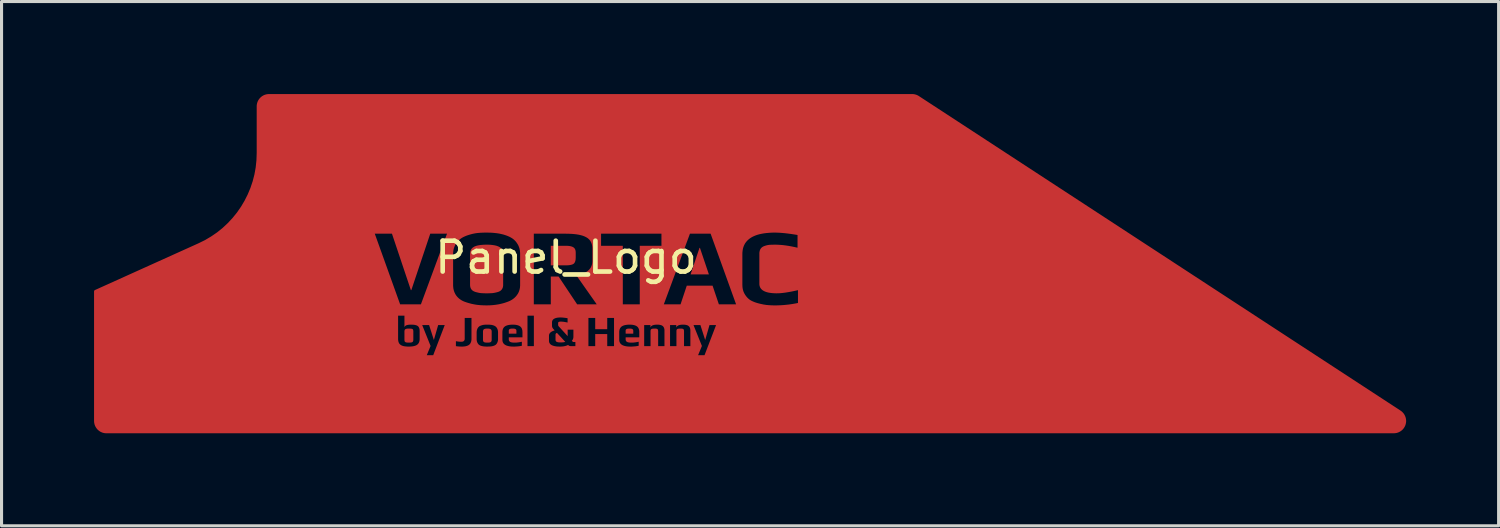
<source format=kicad_pcb>
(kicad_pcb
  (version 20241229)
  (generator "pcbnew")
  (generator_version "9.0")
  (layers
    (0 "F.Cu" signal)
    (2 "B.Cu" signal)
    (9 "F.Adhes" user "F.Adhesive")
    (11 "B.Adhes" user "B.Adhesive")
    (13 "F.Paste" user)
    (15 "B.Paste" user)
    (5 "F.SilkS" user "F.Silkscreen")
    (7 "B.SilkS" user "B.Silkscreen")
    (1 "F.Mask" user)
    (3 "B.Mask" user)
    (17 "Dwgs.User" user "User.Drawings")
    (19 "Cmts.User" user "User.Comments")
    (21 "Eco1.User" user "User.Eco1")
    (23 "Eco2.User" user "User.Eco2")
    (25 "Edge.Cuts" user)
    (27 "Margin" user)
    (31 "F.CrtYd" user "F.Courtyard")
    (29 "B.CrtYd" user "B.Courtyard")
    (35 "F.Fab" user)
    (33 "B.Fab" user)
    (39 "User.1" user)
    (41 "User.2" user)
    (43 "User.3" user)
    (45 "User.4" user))
  (footprint "Panel_Logo"
    (layer "F.Cu")
    (at 15.305 5.8)
    (property "Reference" "Panel_Logo" (at 0 -0.5 0) (unlocked yes) (layer "F.SilkS") (effects (font (size 1 1) (thickness 0.15))))
    (attr smd)
    (fp_poly (pts (xy 4.632 0.047) (xy 4.039 0.047) (xy 4.328 -0.813) (xy 4.342 -0.813)) (stroke (width 0) (type solid)) (fill yes) (layers "F.Cu" "F.Mask"))
    (fp_poly (pts (xy -0.026 2.235) (xy -0.031 2.237) (xy -0.037 2.239) (xy -0.044 2.241) (xy -0.051 2.243) (xy -0.067 2.246) (xy -0.085 2.249) (xy -0.105 2.251) (xy -0.128 2.252) (xy -0.153 2.253) (xy -0.18 2.253) (xy -0.18 2.254) (xy -0.191 2.254) (xy -0.202 2.253) (xy -0.213 2.253) (xy -0.223 2.252) (xy -0.232 2.252) (xy -0.242 2.251) (xy -0.25 2.25) (xy -0.258 2.248) (xy -0.266 2.247) (xy -0.273 2.245) (xy -0.28 2.244) (xy -0.286 2.242) (xy -0.292 2.24) (xy -0.298 2.238) (xy -0.303 2.235) (xy -0.307 2.233) (xy -0.311 2.23) (xy -0.315 2.227) (xy -0.319 2.224) (xy -0.322 2.221) (xy -0.325 2.217) (xy -0.328 2.214) (xy -0.33 2.21) (xy -0.332 2.207) (xy -0.334 2.203) (xy -0.336 2.198) (xy -0.337 2.194) (xy -0.339 2.19) (xy -0.34 2.185) (xy -0.34 2.18) (xy -0.341 2.176) (xy -0.341 2.171) (xy -0.341 1.998) (xy -0.341 1.993) (xy -0.34 1.991) (xy -0.34 1.989) (xy -0.34 1.987) (xy -0.339 1.985) (xy -0.338 1.983) (xy -0.338 1.981) (xy -0.337 1.979) (xy -0.336 1.977) (xy -0.335 1.975) (xy -0.334 1.973) (xy -0.333 1.972) (xy -0.332 1.97) (xy -0.33 1.968) (xy -0.329 1.966) (xy -0.326 1.963) (xy -0.323 1.96) (xy -0.319 1.957) (xy -0.315 1.954) (xy -0.31 1.952) (xy -0.305 1.949) (xy -0.3 1.947) (xy -0.294 1.945)) (stroke (width 0) (type solid)) (fill yes) (layers "F.Cu" "F.Mask"))
    (fp_poly (pts (xy 0.001 -0.88) (xy 0.023 -0.88) (xy 0.044 -0.879) (xy 0.064 -0.877) (xy 0.083 -0.876) (xy 0.101 -0.874) (xy 0.118 -0.871) (xy 0.135 -0.868) (xy 0.15 -0.865) (xy 0.165 -0.861) (xy 0.179 -0.857) (xy 0.192 -0.853) (xy 0.204 -0.848) (xy 0.216 -0.843) (xy 0.226 -0.837) (xy 0.236 -0.831) (xy 0.245 -0.825) (xy 0.254 -0.819) (xy 0.262 -0.811) (xy 0.27 -0.803) (xy 0.277 -0.795) (xy 0.283 -0.785) (xy 0.289 -0.776) (xy 0.294 -0.765) (xy 0.299 -0.754) (xy 0.303 -0.742) (xy 0.306 -0.73) (xy 0.309 -0.717) (xy 0.311 -0.703) (xy 0.312 -0.689) (xy 0.313 -0.674) (xy 0.314 -0.658) (xy 0.314 -0.496) (xy 0.313 -0.478) (xy 0.312 -0.46) (xy 0.311 -0.444) (xy 0.309 -0.428) (xy 0.307 -0.413) (xy 0.304 -0.398) (xy 0.3 -0.385) (xy 0.296 -0.372) (xy 0.291 -0.359) (xy 0.286 -0.348) (xy 0.283 -0.343) (xy 0.28 -0.337) (xy 0.277 -0.332) (xy 0.274 -0.327) (xy 0.271 -0.323) (xy 0.267 -0.318) (xy 0.264 -0.314) (xy 0.26 -0.31) (xy 0.256 -0.306) (xy 0.252 -0.302) (xy 0.248 -0.298) (xy 0.243 -0.295) (xy 0.234 -0.289) (xy 0.224 -0.283) (xy 0.212 -0.278) (xy 0.2 -0.273) (xy 0.187 -0.269) (xy 0.173 -0.265) (xy 0.158 -0.261) (xy 0.142 -0.258) (xy 0.125 -0.255) (xy 0.107 -0.252) (xy 0.088 -0.25) (xy 0.068 -0.248) (xy 0.047 -0.247) (xy 0.025 -0.246) (xy -0.021 -0.245) (xy -0.494 -0.245) (xy -0.494 -0.88) (xy -0.021 -0.88)) (stroke (width 0) (type solid)) (fill yes) (layers "F.Cu" "F.Mask"))
    (fp_poly (pts (xy -1.738 1.805) (xy -1.729 1.805) (xy -1.721 1.805) (xy -1.714 1.805) (xy -1.706 1.805) (xy -1.699 1.806) (xy -1.692 1.806) (xy -1.686 1.807) (xy -1.68 1.808) (xy -1.674 1.809) (xy -1.668 1.81) (xy -1.663 1.811) (xy -1.658 1.813) (xy -1.654 1.814) (xy -1.649 1.816) (xy -1.645 1.818) (xy -1.641 1.82) (xy -1.638 1.822) (xy -1.634 1.824) (xy -1.631 1.826) (xy -1.628 1.829) (xy -1.625 1.831) (xy -1.623 1.834) (xy -1.621 1.837) (xy -1.618 1.84) (xy -1.617 1.843) (xy -1.615 1.846) (xy -1.613 1.849) (xy -1.612 1.853) (xy -1.611 1.857) (xy -1.61 1.86) (xy -1.61 1.864) (xy -1.609 1.868) (xy -1.609 1.872) (xy -1.609 1.971) (xy -1.856 1.971) (xy -1.856 1.872) (xy -1.856 1.868) (xy -1.856 1.864) (xy -1.855 1.861) (xy -1.855 1.857) (xy -1.854 1.855) (xy -1.854 1.853) (xy -1.853 1.852) (xy -1.853 1.85) (xy -1.852 1.848) (xy -1.851 1.847) (xy -1.85 1.845) (xy -1.85 1.843) (xy -1.849 1.842) (xy -1.848 1.84) (xy -1.847 1.839) (xy -1.846 1.837) (xy -1.845 1.836) (xy -1.844 1.834) (xy -1.841 1.832) (xy -1.839 1.829) (xy -1.836 1.827) (xy -1.833 1.824) (xy -1.829 1.822) (xy -1.827 1.82) (xy -1.823 1.818) (xy -1.82 1.817) (xy -1.816 1.815) (xy -1.812 1.814) (xy -1.808 1.812) (xy -1.803 1.811) (xy -1.798 1.81) (xy -1.793 1.809) (xy -1.787 1.808) (xy -1.781 1.807) (xy -1.775 1.807) (xy -1.762 1.805) (xy -1.747 1.805) (xy -1.747 1.805) (xy -1.745 1.805) (xy -1.743 1.805)) (stroke (width 0) (type solid)) (fill yes) (layers "F.Cu" "F.Mask"))
    (fp_poly (pts (xy 2.05 1.805) (xy 2.06 1.805) (xy 2.068 1.805) (xy 2.075 1.805) (xy 2.083 1.805) (xy 2.09 1.806) (xy 2.096 1.806) (xy 2.103 1.807) (xy 2.109 1.808) (xy 2.115 1.809) (xy 2.121 1.81) (xy 2.126 1.811) (xy 2.131 1.813) (xy 2.135 1.814) (xy 2.14 1.816) (xy 2.144 1.818) (xy 2.148 1.82) (xy 2.151 1.822) (xy 2.155 1.824) (xy 2.158 1.826) (xy 2.161 1.829) (xy 2.164 1.831) (xy 2.166 1.834) (xy 2.168 1.837) (xy 2.171 1.84) (xy 2.172 1.843) (xy 2.174 1.846) (xy 2.176 1.849) (xy 2.177 1.853) (xy 2.178 1.857) (xy 2.179 1.86) (xy 2.179 1.864) (xy 2.179 1.868) (xy 2.18 1.872) (xy 2.18 1.971) (xy 1.933 1.971) (xy 1.933 1.872) (xy 1.933 1.868) (xy 1.933 1.864) (xy 1.934 1.861) (xy 1.934 1.857) (xy 1.935 1.855) (xy 1.935 1.853) (xy 1.936 1.852) (xy 1.936 1.85) (xy 1.937 1.848) (xy 1.938 1.847) (xy 1.938 1.845) (xy 1.939 1.843) (xy 1.94 1.842) (xy 1.941 1.84) (xy 1.942 1.839) (xy 1.943 1.837) (xy 1.944 1.836) (xy 1.945 1.834) (xy 1.948 1.832) (xy 1.95 1.829) (xy 1.953 1.827) (xy 1.956 1.824) (xy 1.959 1.822) (xy 1.962 1.82) (xy 1.966 1.818) (xy 1.969 1.817) (xy 1.973 1.815) (xy 1.977 1.814) (xy 1.981 1.812) (xy 1.986 1.811) (xy 1.991 1.81) (xy 1.996 1.809) (xy 2.002 1.808) (xy 2.008 1.807) (xy 2.014 1.807) (xy 2.027 1.805) (xy 2.042 1.805) (xy 2.042 1.805) (xy 2.044 1.805) (xy 2.046 1.805)) (stroke (width 0) (type solid)) (fill yes) (layers "F.Cu" "F.Mask"))
    (fp_poly (pts (xy -2.542 1.805) (xy -2.532 1.805) (xy -2.523 1.806) (xy -2.514 1.806) (xy -2.506 1.807) (xy -2.498 1.808) (xy -2.49 1.809) (xy -2.483 1.81) (xy -2.477 1.812) (xy -2.47 1.814) (xy -2.464 1.816) (xy -2.459 1.818) (xy -2.454 1.82) (xy -2.449 1.822) (xy -2.445 1.825) (xy -2.441 1.827) (xy -2.437 1.83) (xy -2.434 1.834) (xy -2.431 1.837) (xy -2.428 1.841) (xy -2.425 1.845) (xy -2.423 1.849) (xy -2.42 1.854) (xy -2.418 1.858) (xy -2.417 1.864) (xy -2.415 1.869) (xy -2.414 1.875) (xy -2.413 1.88) (xy -2.412 1.887) (xy -2.411 1.893) (xy -2.411 1.9) (xy -2.411 1.906) (xy -2.411 2.164) (xy -2.411 2.169) (xy -2.411 2.174) (xy -2.411 2.178) (xy -2.412 2.182) (xy -2.412 2.186) (xy -2.413 2.19) (xy -2.413 2.194) (xy -2.414 2.198) (xy -2.415 2.201) (xy -2.416 2.205) (xy -2.417 2.208) (xy -2.418 2.211) (xy -2.419 2.214) (xy -2.421 2.217) (xy -2.422 2.22) (xy -2.424 2.222) (xy -2.425 2.225) (xy -2.427 2.227) (xy -2.429 2.229) (xy -2.431 2.232) (xy -2.433 2.234) (xy -2.435 2.236) (xy -2.437 2.238) (xy -2.44 2.24) (xy -2.442 2.242) (xy -2.445 2.243) (xy -2.448 2.245) (xy -2.451 2.247) (xy -2.454 2.248) (xy -2.457 2.25) (xy -2.461 2.251) (xy -2.465 2.252) (xy -2.472 2.254) (xy -2.481 2.256) (xy -2.491 2.257) (xy -2.501 2.258) (xy -2.513 2.259) (xy -2.525 2.26) (xy -2.538 2.26) (xy -2.552 2.26) (xy -2.566 2.26) (xy -2.579 2.26) (xy -2.591 2.259) (xy -2.603 2.258) (xy -2.613 2.257) (xy -2.618 2.257) (xy -2.623 2.256) (xy -2.627 2.255) (xy -2.631 2.254) (xy -2.635 2.253) (xy -2.639 2.252) (xy -2.643 2.251) (xy -2.646 2.25) (xy -2.65 2.248) (xy -2.653 2.247) (xy -2.656 2.245) (xy -2.659 2.243) (xy -2.662 2.242) (xy -2.665 2.24) (xy -2.667 2.238) (xy -2.67 2.236) (xy -2.672 2.234) (xy -2.674 2.232) (xy -2.676 2.229) (xy -2.678 2.227) (xy -2.68 2.225) (xy -2.682 2.222) (xy -2.683 2.22) (xy -2.684 2.217) (xy -2.685 2.214) (xy -2.687 2.211) (xy -2.688 2.208) (xy -2.689 2.205) (xy -2.689 2.201) (xy -2.69 2.198) (xy -2.691 2.194) (xy -2.691 2.19) (xy -2.692 2.186) (xy -2.692 2.182) (xy -2.693 2.178) (xy -2.693 2.174) (xy -2.693 2.169) (xy -2.693 2.164) (xy -2.693 1.906) (xy -2.693 1.9) (xy -2.693 1.893) (xy -2.692 1.886) (xy -2.691 1.88) (xy -2.69 1.874) (xy -2.689 1.869) (xy -2.687 1.864) (xy -2.686 1.858) (xy -2.684 1.854) (xy -2.682 1.849) (xy -2.68 1.847) (xy -2.679 1.845) (xy -2.678 1.843) (xy -2.676 1.841) (xy -2.675 1.839) (xy -2.674 1.837) (xy -2.672 1.835) (xy -2.67 1.834) (xy -2.669 1.832) (xy -2.667 1.83) (xy -2.665 1.829) (xy -2.664 1.827) (xy -2.66 1.825) (xy -2.655 1.822) (xy -2.651 1.82) (xy -2.645 1.818) (xy -2.64 1.816) (xy -2.634 1.814) (xy -2.628 1.812) (xy -2.621 1.81) (xy -2.614 1.809) (xy -2.606 1.808) (xy -2.598 1.807) (xy -2.59 1.806) (xy -2.581 1.806) (xy -2.572 1.805) (xy -2.562 1.805) (xy -2.552 1.805)) (stroke (width 0) (type solid)) (fill yes) (layers "F.Cu" "F.Mask"))
    (fp_poly (pts (xy -5.099 1.805) (xy -5.083 1.805) (xy -5.068 1.805) (xy -5.054 1.806) (xy -5.041 1.807) (xy -5.029 1.808) (xy -5.019 1.809) (xy -5.009 1.81) (xy -5.005 1.811) (xy -5.001 1.812) (xy -4.998 1.813) (xy -4.994 1.814) (xy -4.991 1.815) (xy -4.988 1.816) (xy -4.985 1.818) (xy -4.982 1.819) (xy -4.979 1.821) (xy -4.977 1.822) (xy -4.974 1.824) (xy -4.972 1.826) (xy -4.971 1.827) (xy -4.97 1.828) (xy -4.969 1.829) (xy -4.968 1.83) (xy -4.967 1.831) (xy -4.966 1.832) (xy -4.966 1.834) (xy -4.965 1.835) (xy -4.964 1.836) (xy -4.963 1.837) (xy -4.963 1.839) (xy -4.962 1.84) (xy -4.961 1.842) (xy -4.96 1.845) (xy -4.959 1.848) (xy -4.958 1.851) (xy -4.957 1.855) (xy -4.956 1.859) (xy -4.955 1.862) (xy -4.955 1.866) (xy -4.954 1.875) (xy -4.953 1.885) (xy -4.952 1.895) (xy -4.952 1.907) (xy -4.952 2.159) (xy -4.952 2.164) (xy -4.952 2.169) (xy -4.953 2.174) (xy -4.953 2.179) (xy -4.953 2.183) (xy -4.954 2.187) (xy -4.954 2.192) (xy -4.955 2.196) (xy -4.956 2.2) (xy -4.957 2.203) (xy -4.958 2.207) (xy -4.959 2.21) (xy -4.96 2.214) (xy -4.961 2.217) (xy -4.962 2.22) (xy -4.964 2.222) (xy -4.965 2.225) (xy -4.967 2.227) (xy -4.969 2.23) (xy -4.971 2.232) (xy -4.973 2.234) (xy -4.975 2.236) (xy -4.977 2.238) (xy -4.98 2.24) (xy -4.983 2.242) (xy -4.986 2.244) (xy -4.989 2.246) (xy -4.992 2.247) (xy -4.995 2.249) (xy -4.999 2.25) (xy -5.002 2.251) (xy -5.006 2.252) (xy -5.014 2.254) (xy -5.023 2.256) (xy -5.033 2.257) (xy -5.044 2.258) (xy -5.056 2.259) (xy -5.069 2.26) (xy -5.083 2.26) (xy -5.098 2.26) (xy -5.112 2.26) (xy -5.126 2.26) (xy -5.139 2.259) (xy -5.151 2.258) (xy -5.162 2.257) (xy -5.172 2.255) (xy -5.177 2.255) (xy -5.181 2.254) (xy -5.185 2.253) (xy -5.189 2.252) (xy -5.193 2.251) (xy -5.197 2.249) (xy -5.2 2.248) (xy -5.203 2.247) (xy -5.206 2.245) (xy -5.209 2.244) (xy -5.212 2.242) (xy -5.214 2.24) (xy -5.217 2.238) (xy -5.219 2.236) (xy -5.221 2.234) (xy -5.224 2.232) (xy -5.225 2.23) (xy -5.227 2.227) (xy -5.229 2.225) (xy -5.23 2.222) (xy -5.232 2.22) (xy -5.233 2.217) (xy -5.234 2.214) (xy -5.235 2.21) (xy -5.235 2.207) (xy -5.236 2.203) (xy -5.237 2.2) (xy -5.238 2.196) (xy -5.239 2.187) (xy -5.24 2.179) (xy -5.24 2.169) (xy -5.24 2.159) (xy -5.24 1.906) (xy -5.24 1.901) (xy -5.24 1.896) (xy -5.24 1.892) (xy -5.239 1.887) (xy -5.239 1.883) (xy -5.239 1.879) (xy -5.238 1.875) (xy -5.237 1.871) (xy -5.237 1.867) (xy -5.236 1.864) (xy -5.235 1.86) (xy -5.234 1.857) (xy -5.233 1.854) (xy -5.231 1.851) (xy -5.23 1.848) (xy -5.229 1.846) (xy -5.227 1.843) (xy -5.226 1.84) (xy -5.224 1.838) (xy -5.222 1.836) (xy -5.22 1.833) (xy -5.218 1.831) (xy -5.215 1.829) (xy -5.213 1.827) (xy -5.21 1.825) (xy -5.208 1.823) (xy -5.205 1.822) (xy -5.202 1.82) (xy -5.198 1.819) (xy -5.195 1.817) (xy -5.192 1.816) (xy -5.188 1.815) (xy -5.18 1.812) (xy -5.171 1.81) (xy -5.161 1.809) (xy -5.15 1.807) (xy -5.139 1.806) (xy -5.126 1.805) (xy -5.113 1.805) (xy -5.099 1.805)) (stroke (width 0) (type solid)) (fill yes) (layers "F.Cu" "F.Mask"))
    (fp_poly (pts (xy -2.593 -0.916) (xy -2.576 -0.916) (xy -2.542 -0.916) (xy -2.509 -0.915) (xy -2.478 -0.914) (xy -2.447 -0.912) (xy -2.418 -0.909) (xy -2.39 -0.906) (xy -2.362 -0.902) (xy -2.336 -0.898) (xy -2.312 -0.894) (xy -2.288 -0.888) (xy -2.265 -0.883) (xy -2.244 -0.876) (xy -2.224 -0.869) (xy -2.204 -0.862) (xy -2.186 -0.854) (xy -2.17 -0.845) (xy -2.154 -0.837) (xy -2.139 -0.827) (xy -2.125 -0.817) (xy -2.112 -0.806) (xy -2.101 -0.794) (xy -2.09 -0.782) (xy -2.08 -0.768) (xy -2.072 -0.754) (xy -2.064 -0.74) (xy -2.058 -0.724) (xy -2.052 -0.708) (xy -2.047 -0.691) (xy -2.044 -0.673) (xy -2.041 -0.655) (xy -2.04 -0.636) (xy -2.039 -0.616) (xy -2.039 0.389) (xy -2.039 0.4) (xy -2.04 0.411) (xy -2.041 0.421) (xy -2.042 0.432) (xy -2.044 0.442) (xy -2.046 0.452) (xy -2.048 0.461) (xy -2.051 0.471) (xy -2.054 0.48) (xy -2.057 0.489) (xy -2.061 0.497) (xy -2.065 0.506) (xy -2.07 0.514) (xy -2.075 0.522) (xy -2.08 0.53) (xy -2.085 0.538) (xy -2.091 0.545) (xy -2.097 0.551) (xy -2.103 0.558) (xy -2.109 0.564) (xy -2.116 0.57) (xy -2.123 0.576) (xy -2.13 0.581) (xy -2.138 0.586) (xy -2.146 0.591) (xy -2.154 0.596) (xy -2.163 0.6) (xy -2.172 0.604) (xy -2.182 0.608) (xy -2.191 0.612) (xy -2.201 0.616) (xy -2.212 0.619) (xy -2.233 0.625) (xy -2.254 0.63) (xy -2.275 0.635) (xy -2.296 0.64) (xy -2.316 0.644) (xy -2.337 0.648) (xy -2.357 0.651) (xy -2.378 0.654) (xy -2.398 0.656) (xy -2.419 0.657) (xy -2.442 0.658) (xy -2.465 0.659) (xy -2.516 0.661) (xy -2.572 0.661) (xy -2.601 0.661) (xy -2.628 0.661) (xy -2.654 0.66) (xy -2.68 0.659) (xy -2.704 0.658) (xy -2.727 0.657) (xy -2.749 0.656) (xy -2.769 0.654) (xy -2.789 0.651) (xy -2.809 0.648) (xy -2.829 0.644) (xy -2.849 0.64) (xy -2.869 0.635) (xy -2.89 0.63) (xy -2.911 0.625) (xy -2.932 0.619) (xy -2.943 0.616) (xy -2.953 0.612) (xy -2.963 0.608) (xy -2.973 0.604) (xy -2.983 0.6) (xy -2.992 0.596) (xy -3.001 0.591) (xy -3.009 0.586) (xy -3.017 0.581) (xy -3.025 0.575) (xy -3.033 0.57) (xy -3.04 0.564) (xy -3.047 0.558) (xy -3.053 0.551) (xy -3.06 0.545) (xy -3.066 0.538) (xy -3.071 0.53) (xy -3.076 0.522) (xy -3.081 0.514) (xy -3.086 0.506) (xy -3.09 0.497) (xy -3.094 0.489) (xy -3.097 0.48) (xy -3.1 0.471) (xy -3.103 0.461) (xy -3.105 0.452) (xy -3.107 0.442) (xy -3.109 0.432) (xy -3.11 0.421) (xy -3.111 0.411) (xy -3.111 0.4) (xy -3.112 0.389) (xy -3.112 -0.616) (xy -3.111 -0.636) (xy -3.11 -0.646) (xy -3.11 -0.656) (xy -3.108 -0.665) (xy -3.107 -0.675) (xy -3.105 -0.684) (xy -3.103 -0.693) (xy -3.101 -0.701) (xy -3.099 -0.71) (xy -3.096 -0.718) (xy -3.093 -0.726) (xy -3.09 -0.734) (xy -3.087 -0.742) (xy -3.083 -0.75) (xy -3.079 -0.757) (xy -3.075 -0.764) (xy -3.07 -0.771) (xy -3.066 -0.778) (xy -3.061 -0.785) (xy -3.056 -0.791) (xy -3.05 -0.797) (xy -3.044 -0.803) (xy -3.038 -0.809) (xy -3.032 -0.815) (xy -3.026 -0.82) (xy -3.019 -0.826) (xy -3.012 -0.831) (xy -3.005 -0.835) (xy -2.997 -0.84) (xy -2.989 -0.845) (xy -2.981 -0.849) (xy -2.966 -0.857) (xy -2.949 -0.864) (xy -2.931 -0.87) (xy -2.912 -0.877) (xy -2.892 -0.882) (xy -2.872 -0.888) (xy -2.85 -0.893) (xy -2.827 -0.897) (xy -2.803 -0.901) (xy -2.779 -0.905) (xy -2.726 -0.91) (xy -2.67 -0.914) (xy -2.609 -0.916) (xy -2.601 -0.916)) (stroke (width 0) (type solid)) (fill yes) (layers "F.Cu" "F.Mask"))
    (fp_poly (pts (xy 11.238 -5.8) (xy 11.252 -5.799) (xy 11.267 -5.798) (xy 11.281 -5.796) (xy 11.295 -5.793) (xy 11.31 -5.791) (xy 11.324 -5.787) (xy 11.338 -5.783) (xy 11.351 -5.779) (xy 11.365 -5.774) (xy 11.378 -5.769) (xy 11.391 -5.763) (xy 11.404 -5.757) (xy 11.417 -5.75) (xy 11.43 -5.743) (xy 11.442 -5.735) (xy 27.061 4.465) (xy 27.088 4.484) (xy 27.112 4.505) (xy 27.135 4.528) (xy 27.156 4.552) (xy 27.175 4.578) (xy 27.191 4.605) (xy 27.205 4.633) (xy 27.217 4.662) (xy 27.227 4.692) (xy 27.234 4.723) (xy 27.239 4.754) (xy 27.242 4.786) (xy 27.242 4.818) (xy 27.239 4.85) (xy 27.233 4.882) (xy 27.225 4.914) (xy 27.22 4.93) (xy 27.215 4.945) (xy 27.202 4.975) (xy 27.186 5.003) (xy 27.169 5.03) (xy 27.15 5.055) (xy 27.129 5.079) (xy 27.106 5.101) (xy 27.081 5.12) (xy 27.055 5.138) (xy 27.028 5.154) (xy 26.999 5.168) (xy 26.97 5.179) (xy 26.939 5.188) (xy 26.907 5.194) (xy 26.875 5.198) (xy 26.859 5.199) (xy 26.842 5.2) (xy -14.905 5.2) (xy -14.925 5.199) (xy -14.946 5.198) (xy -14.966 5.195) (xy -14.985 5.192) (xy -15.005 5.187) (xy -15.024 5.182) (xy -15.042 5.176) (xy -15.06 5.168) (xy -15.078 5.16) (xy -15.095 5.152) (xy -15.112 5.142) (xy -15.128 5.132) (xy -15.144 5.12) (xy -15.159 5.108) (xy -15.174 5.096) (xy -15.187 5.083) (xy -15.201 5.069) (xy -15.213 5.054) (xy -15.225 5.039) (xy -15.236 5.023) (xy -15.247 5.007) (xy -15.256 4.99) (xy -15.265 4.973) (xy -15.273 4.956) (xy -15.28 4.937) (xy -15.287 4.919) (xy -15.292 4.9) (xy -15.296 4.88) (xy -15.3 4.861) (xy -15.303 4.841) (xy -15.304 4.82) (xy -15.305 4.8) (xy -15.305 2.132) (xy -5.446 2.132) (xy -5.446 2.144) (xy -5.446 2.155) (xy -5.445 2.165) (xy -5.444 2.176) (xy -5.443 2.186) (xy -5.442 2.196) (xy -5.44 2.206) (xy -5.438 2.215) (xy -5.436 2.224) (xy -5.434 2.233) (xy -5.431 2.241) (xy -5.428 2.25) (xy -5.425 2.258) (xy -5.421 2.265) (xy -5.418 2.273) (xy -5.414 2.28) (xy -5.41 2.287) (xy -5.405 2.293) (xy -5.4 2.3) (xy -5.395 2.306) (xy -5.389 2.312) (xy -5.383 2.318) (xy -5.377 2.323) (xy -5.371 2.328) (xy -5.364 2.333) (xy -5.356 2.338) (xy -5.349 2.343) (xy -5.341 2.347) (xy -5.333 2.351) (xy -5.324 2.355) (xy -5.315 2.359) (xy -5.306 2.362) (xy -5.297 2.366) (xy -5.286 2.369) (xy -5.265 2.374) (xy -5.242 2.379) (xy -5.217 2.382) (xy -5.19 2.385) (xy -5.162 2.387) (xy -5.132 2.389) (xy -5.101 2.389) (xy -5.078 2.389) (xy -5.055 2.388) (xy -5.034 2.387) (xy -5.013 2.385) (xy -4.994 2.383) (xy -4.975 2.381) (xy -4.956 2.378) (xy -4.939 2.374) (xy -4.923 2.37) (xy -4.907 2.366) (xy -4.892 2.361) (xy -4.878 2.356) (xy -4.865 2.35) (xy -4.852 2.344) (xy -4.841 2.337) (xy -4.83 2.33) (xy -4.82 2.322) (xy -4.81 2.314) (xy -4.802 2.305) (xy -4.793 2.295) (xy -4.786 2.285) (xy -4.779 2.274) (xy -4.773 2.263) (xy -4.767 2.251) (xy -4.763 2.238) (xy -4.758 2.225) (xy -4.755 2.211) (xy -4.752 2.197) (xy -4.75 2.181) (xy -4.748 2.166) (xy -4.747 2.149) (xy -4.747 2.132) (xy -4.747 1.908) (xy -4.747 1.892) (xy -4.747 1.877) (xy -4.748 1.863) (xy -4.749 1.85) (xy -4.75 1.838) (xy -4.752 1.826) (xy -4.754 1.816) (xy -4.755 1.811) (xy -4.756 1.806) (xy -4.758 1.802) (xy -4.759 1.797) (xy -4.761 1.792) (xy -4.762 1.788) (xy -4.764 1.783) (xy -4.766 1.779) (xy -4.768 1.774) (xy -4.77 1.77) (xy -4.773 1.766) (xy -4.775 1.761) (xy -4.778 1.757) (xy -4.78 1.753) (xy -4.783 1.749) (xy -4.786 1.745) (xy -4.789 1.741) (xy -4.793 1.737) (xy -4.796 1.733) (xy -4.8 1.729) (xy -4.804 1.726) (xy -4.808 1.723) (xy -4.813 1.719) (xy -4.818 1.716) (xy -4.823 1.713) (xy -4.828 1.71) (xy -4.833 1.708) (xy -4.839 1.705) (xy -4.844 1.702) (xy -4.85 1.7) (xy -4.857 1.698) (xy -4.863 1.696) (xy -4.87 1.694) (xy -4.876 1.692) (xy -4.876 1.692) (xy -4.664 1.692) (xy -4.392 2.369) (xy -4.516 2.668) (xy -4.307 2.668) (xy -4.134 2.214) (xy -3.571 2.214) (xy -3.571 2.375) (xy -3.547 2.378) (xy -3.524 2.381) (xy -3.5 2.383) (xy -3.476 2.385) (xy -3.452 2.387) (xy -3.428 2.388) (xy -3.404 2.389) (xy -3.38 2.389) (xy -3.361 2.389) (xy -3.342 2.388) (xy -3.323 2.387) (xy -3.306 2.385) (xy -3.289 2.383) (xy -3.272 2.381) (xy -3.256 2.378) (xy -3.241 2.374) (xy -3.227 2.37) (xy -3.213 2.366) (xy -3.2 2.361) (xy -3.187 2.356) (xy -3.175 2.35) (xy -3.164 2.344) (xy -3.153 2.337) (xy -3.143 2.33) (xy -3.134 2.322) (xy -3.125 2.313) (xy -3.117 2.304) (xy -3.109 2.294) (xy -3.102 2.284) (xy -3.096 2.272) (xy -3.09 2.261) (xy -3.085 2.248) (xy -3.08 2.235) (xy -3.076 2.221) (xy -3.073 2.207) (xy -3.07 2.192) (xy -3.068 2.176) (xy -3.067 2.16) (xy -3.066 2.143) (xy -3.066 2.125) (xy -3.066 1.939) (xy -2.899 1.939) (xy -2.899 2.141) (xy -2.899 2.149) (xy -2.899 2.157) (xy -2.898 2.165) (xy -2.898 2.173) (xy -2.897 2.18) (xy -2.896 2.188) (xy -2.895 2.195) (xy -2.894 2.202) (xy -2.892 2.209) (xy -2.891 2.216) (xy -2.889 2.222) (xy -2.887 2.229) (xy -2.885 2.235) (xy -2.883 2.241) (xy -2.881 2.247) (xy -2.878 2.253) (xy -2.875 2.259) (xy -2.873 2.265) (xy -2.87 2.271) (xy -2.867 2.276) (xy -2.864 2.281) (xy -2.861 2.286) (xy -2.858 2.291) (xy -2.854 2.296) (xy -2.851 2.301) (xy -2.848 2.305) (xy -2.844 2.309) (xy -2.841 2.313) (xy -2.837 2.317) (xy -2.833 2.321) (xy -2.83 2.325) (xy -2.826 2.328) (xy -2.822 2.331) (xy -2.818 2.334) (xy -2.813 2.337) (xy -2.809 2.34) (xy -2.805 2.343) (xy -2.8 2.346) (xy -2.795 2.348) (xy -2.79 2.351) (xy -2.785 2.353) (xy -2.779 2.356) (xy -2.774 2.358) (xy -2.768 2.36) (xy -2.762 2.362) (xy -2.757 2.364) (xy -2.75 2.366) (xy -2.744 2.368) (xy -2.733 2.371) (xy -2.721 2.374) (xy -2.71 2.376) (xy -2.699 2.378) (xy -2.688 2.38) (xy -2.677 2.382) (xy -2.667 2.383) (xy -2.656 2.385) (xy -2.646 2.386) (xy -2.634 2.386) (xy -2.622 2.387) (xy -2.61 2.388) (xy -2.596 2.388) (xy -2.582 2.389) (xy -2.567 2.389) (xy -2.552 2.389) (xy -2.552 2.389) (xy -2.537 2.389) (xy -2.523 2.388) (xy -2.51 2.388) (xy -2.497 2.388) (xy -2.485 2.387) (xy -2.473 2.386) (xy -2.461 2.386) (xy -2.451 2.385) (xy -2.439 2.383) (xy -2.427 2.382) (xy -2.416 2.38) (xy -2.404 2.378) (xy -2.392 2.376) (xy -2.38 2.373) (xy -2.368 2.37) (xy -2.356 2.366) (xy -2.35 2.364) (xy -2.344 2.362) (xy -2.338 2.36) (xy -2.333 2.358) (xy -2.327 2.356) (xy -2.322 2.354) (xy -2.317 2.351) (xy -2.312 2.349) (xy -2.307 2.346) (xy -2.302 2.344) (xy -2.298 2.341) (xy -2.294 2.338) (xy -2.289 2.335) (xy -2.285 2.333) (xy -2.282 2.33) (xy -2.278 2.327) (xy -2.274 2.323) (xy -2.27 2.32) (xy -2.266 2.316) (xy -2.263 2.312) (xy -2.259 2.308) (xy -2.256 2.304) (xy -2.252 2.299) (xy -2.249 2.294) (xy -2.246 2.29) (xy -2.242 2.285) (xy -2.239 2.28) (xy -2.237 2.274) (xy -2.234 2.269) (xy -2.231 2.263) (xy -2.228 2.258) (xy -2.226 2.252) (xy -2.223 2.246) (xy -2.221 2.239) (xy -2.219 2.233) (xy -2.217 2.227) (xy -2.215 2.22) (xy -2.213 2.214) (xy -2.211 2.207) (xy -2.21 2.2) (xy -2.209 2.193) (xy -2.208 2.186) (xy -2.207 2.179) (xy -2.206 2.171) (xy -2.205 2.164) (xy -2.205 2.156) (xy -2.205 2.148) (xy -2.205 2.141) (xy -2.205 1.939) (xy -2.205 1.93) (xy -2.205 1.922) (xy -2.064 1.922) (xy -2.064 2.167) (xy -2.063 2.181) (xy -2.062 2.194) (xy -2.06 2.207) (xy -2.058 2.219) (xy -2.055 2.231) (xy -2.051 2.243) (xy -2.046 2.254) (xy -2.041 2.264) (xy -2.035 2.275) (xy -2.028 2.284) (xy -2.021 2.294) (xy -2.013 2.303) (xy -2.004 2.311) (xy -1.994 2.319) (xy -1.984 2.327) (xy -1.973 2.334) (xy -1.949 2.347) (xy -1.922 2.358) (xy -1.892 2.367) (xy -1.86 2.375) (xy -1.825 2.381) (xy -1.786 2.386) (xy -1.745 2.388) (xy -1.701 2.389) (xy -1.666 2.389) (xy -1.631 2.387) (xy -1.597 2.385) (xy -1.563 2.382) (xy -1.53 2.379) (xy -1.502 2.375) (xy -1.25 2.375) (xy -1.043 2.375) (xy -1.043 2.032) (xy -0.553 2.032) (xy -0.553 2.203) (xy -0.552 2.214) (xy -0.552 2.22) (xy -0.551 2.225) (xy -0.55 2.231) (xy -0.549 2.236) (xy -0.548 2.242) (xy -0.547 2.247) (xy -0.545 2.252) (xy -0.544 2.257) (xy -0.542 2.262) (xy -0.54 2.267) (xy -0.537 2.271) (xy -0.535 2.276) (xy -0.532 2.281) (xy -0.529 2.285) (xy -0.527 2.289) (xy -0.523 2.294) (xy -0.52 2.298) (xy -0.517 2.302) (xy -0.513 2.306) (xy -0.509 2.31) (xy -0.505 2.314) (xy -0.501 2.317) (xy -0.496 2.321) (xy -0.492 2.325) (xy -0.482 2.331) (xy -0.472 2.338) (xy -0.461 2.344) (xy -0.449 2.349) (xy -0.436 2.354) (xy -0.423 2.359) (xy -0.41 2.363) (xy -0.396 2.368) (xy -0.381 2.371) (xy -0.366 2.375) (xy -0.35 2.378) (xy -0.334 2.38) (xy -0.317 2.383) (xy -0.3 2.385) (xy -0.282 2.386) (xy -0.264 2.388) (xy -0.245 2.388) (xy -0.205 2.389) (xy -0.185 2.389) (xy -0.164 2.388) (xy -0.145 2.387) (xy -0.125 2.386) (xy -0.107 2.384) (xy -0.088 2.382) (xy -0.071 2.379) (xy -0.053 2.376) (xy -0.036 2.372) (xy -0.02 2.368) (xy -0.004 2.364) (xy 0.011 2.359) (xy 0.026 2.354) (xy 0.04 2.348) (xy 0.054 2.342) (xy 0.067 2.335) (xy 0.077 2.345) (xy 0.081 2.349) (xy 0.085 2.352) (xy 0.089 2.355) (xy 0.093 2.358) (xy 0.098 2.361) (xy 0.104 2.363) (xy 0.109 2.366) (xy 0.115 2.368) (xy 0.121 2.369) (xy 0.128 2.371) (xy 0.134 2.372) (xy 0.142 2.373) (xy 0.149 2.374) (xy 0.157 2.375) (xy 0.165 2.375) (xy 0.173 2.375) (xy 0.303 2.375) (xy 0.303 2.375) (xy 0.726 2.375) (xy 0.946 2.375) (xy 0.946 1.982) (xy 1.336 1.982) (xy 1.336 2.375) (xy 1.556 2.375) (xy 1.556 1.922) (xy 1.725 1.922) (xy 1.725 2.167) (xy 1.725 2.181) (xy 1.726 2.194) (xy 1.728 2.207) (xy 1.73 2.219) (xy 1.734 2.231) (xy 1.738 2.243) (xy 1.742 2.254) (xy 1.748 2.264) (xy 1.754 2.275) (xy 1.76 2.284) (xy 1.768 2.294) (xy 1.776 2.303) (xy 1.785 2.311) (xy 1.794 2.319) (xy 1.805 2.327) (xy 1.816 2.334) (xy 1.84 2.347) (xy 1.867 2.358) (xy 1.896 2.367) (xy 1.929 2.375) (xy 1.964 2.381) (xy 2.003 2.386) (xy 2.044 2.388) (xy 2.088 2.389) (xy 2.123 2.389) (xy 2.158 2.387) (xy 2.192 2.385) (xy 2.226 2.382) (xy 2.259 2.379) (xy 2.292 2.374) (xy 2.324 2.369) (xy 2.356 2.362) (xy 2.356 2.231) (xy 2.324 2.238) (xy 2.294 2.244) (xy 2.264 2.249) (xy 2.235 2.253) (xy 2.207 2.256) (xy 2.18 2.259) (xy 2.153 2.26) (xy 2.127 2.26) (xy 2.114 2.26) (xy 2.101 2.26) (xy 2.088 2.26) (xy 2.077 2.259) (xy 2.065 2.258) (xy 2.054 2.257) (xy 2.044 2.256) (xy 2.034 2.254) (xy 2.025 2.252) (xy 2.016 2.251) (xy 2.008 2.249) (xy 2 2.246) (xy 1.993 2.244) (xy 1.987 2.241) (xy 1.98 2.238) (xy 1.975 2.235) (xy 1.97 2.232) (xy 1.965 2.228) (xy 1.961 2.224) (xy 1.956 2.22) (xy 1.953 2.216) (xy 1.949 2.211) (xy 1.946 2.206) (xy 1.943 2.201) (xy 1.941 2.196) (xy 1.939 2.19) (xy 1.937 2.184) (xy 1.935 2.178) (xy 1.934 2.171) (xy 1.933 2.165) (xy 1.933 2.158) (xy 1.933 2.15) (xy 1.933 2.088) (xy 2.375 2.088) (xy 2.375 1.922) (xy 2.375 1.906) (xy 2.374 1.89) (xy 2.373 1.875) (xy 2.371 1.861) (xy 2.368 1.847) (xy 2.365 1.833) (xy 2.361 1.821) (xy 2.356 1.809) (xy 2.351 1.797) (xy 2.349 1.792) (xy 2.346 1.787) (xy 2.343 1.781) (xy 2.34 1.776) (xy 2.336 1.771) (xy 2.333 1.767) (xy 2.329 1.762) (xy 2.325 1.758) (xy 2.321 1.754) (xy 2.317 1.749) (xy 2.313 1.745) (xy 2.309 1.742) (xy 2.304 1.738) (xy 2.299 1.734) (xy 2.29 1.728) (xy 2.279 1.721) (xy 2.268 1.715) (xy 2.257 1.71) (xy 2.244 1.705) (xy 2.231 1.7) (xy 2.217 1.696) (xy 2.203 1.692) (xy 2.534 1.692) (xy 2.534 2.375) (xy 2.74 2.375) (xy 2.74 1.901) (xy 2.74 1.896) (xy 2.74 1.891) (xy 2.74 1.886) (xy 2.74 1.882) (xy 2.741 1.877) (xy 2.741 1.873) (xy 2.742 1.869) (xy 2.742 1.865) (xy 2.743 1.861) (xy 2.744 1.858) (xy 2.744 1.854) (xy 2.745 1.851) (xy 2.746 1.848) (xy 2.747 1.845) (xy 2.748 1.842) (xy 2.75 1.84) (xy 2.751 1.837) (xy 2.752 1.835) (xy 2.754 1.833) (xy 2.756 1.831) (xy 2.758 1.829) (xy 2.76 1.827) (xy 2.762 1.825) (xy 2.764 1.823) (xy 2.767 1.822) (xy 2.769 1.82) (xy 2.772 1.819) (xy 2.775 1.817) (xy 2.778 1.816) (xy 2.781 1.815) (xy 2.784 1.814) (xy 2.788 1.813) (xy 2.795 1.811) (xy 2.804 1.809) (xy 2.814 1.808) (xy 2.824 1.807) (xy 2.836 1.806) (xy 2.848 1.805) (xy 2.862 1.805) (xy 2.877 1.805) (xy 2.888 1.805) (xy 2.899 1.805) (xy 2.904 1.805) (xy 2.909 1.806) (xy 2.914 1.806) (xy 2.918 1.807) (xy 2.923 1.807) (xy 2.927 1.808) (xy 2.93 1.809) (xy 2.934 1.809) (xy 2.938 1.81) (xy 2.941 1.811) (xy 2.944 1.812) (xy 2.947 1.813) (xy 2.95 1.814) (xy 2.953 1.815) (xy 2.955 1.817) (xy 2.958 1.818) (xy 2.96 1.819) (xy 2.963 1.821) (xy 2.965 1.823) (xy 2.967 1.824) (xy 2.969 1.826) (xy 2.97 1.828) (xy 2.972 1.83) (xy 2.973 1.832) (xy 2.975 1.834) (xy 2.976 1.837) (xy 2.977 1.839) (xy 2.978 1.841) (xy 2.979 1.844) (xy 2.98 1.847) (xy 2.981 1.85) (xy 2.982 1.853) (xy 2.983 1.856) (xy 2.983 1.859) (xy 2.984 1.866) (xy 2.985 1.874) (xy 2.986 1.882) (xy 2.987 1.891) (xy 2.987 1.901) (xy 2.987 2.375) (xy 3.192 2.375) (xy 3.192 1.874) (xy 3.192 1.861) (xy 3.192 1.849) (xy 3.191 1.838) (xy 3.189 1.827) (xy 3.187 1.816) (xy 3.185 1.805) (xy 3.182 1.796) (xy 3.179 1.786) (xy 3.175 1.777) (xy 3.171 1.768) (xy 3.167 1.76) (xy 3.162 1.752) (xy 3.157 1.745) (xy 3.151 1.738) (xy 3.145 1.732) (xy 3.139 1.726) (xy 3.132 1.72) (xy 3.124 1.714) (xy 3.116 1.709) (xy 3.108 1.705) (xy 3.098 1.7) (xy 3.089 1.696) (xy 3.078 1.693) (xy 3.075 1.692) (xy 3.373 1.692) (xy 3.373 2.375) (xy 3.58 2.375) (xy 3.58 1.901) (xy 3.58 1.896) (xy 3.58 1.891) (xy 3.58 1.886) (xy 3.58 1.882) (xy 3.58 1.877) (xy 3.581 1.873) (xy 3.581 1.869) (xy 3.582 1.865) (xy 3.583 1.861) (xy 3.583 1.858) (xy 3.584 1.854) (xy 3.585 1.851) (xy 3.586 1.848) (xy 3.587 1.845) (xy 3.588 1.842) (xy 3.589 1.84) (xy 3.591 1.837) (xy 3.592 1.835) (xy 3.594 1.833) (xy 3.595 1.831) (xy 3.597 1.829) (xy 3.599 1.827) (xy 3.601 1.825) (xy 3.604 1.823) (xy 3.606 1.822) (xy 3.609 1.82) (xy 3.611 1.819) (xy 3.614 1.817) (xy 3.617 1.816) (xy 3.62 1.815) (xy 3.624 1.814) (xy 3.627 1.813) (xy 3.635 1.811) (xy 3.643 1.809) (xy 3.653 1.808) (xy 3.663 1.807) (xy 3.675 1.806) (xy 3.688 1.805) (xy 3.701 1.805) (xy 3.716 1.805) (xy 3.728 1.805) (xy 3.738 1.805) (xy 3.748 1.806) (xy 3.753 1.806) (xy 3.758 1.807) (xy 3.762 1.807) (xy 3.766 1.808) (xy 3.77 1.809) (xy 3.774 1.809) (xy 3.777 1.81) (xy 3.781 1.811) (xy 3.784 1.812) (xy 3.787 1.813) (xy 3.79 1.814) (xy 3.792 1.815) (xy 3.795 1.817) (xy 3.798 1.818) (xy 3.8 1.819) (xy 3.802 1.821) (xy 3.804 1.823) (xy 3.806 1.824) (xy 3.808 1.826) (xy 3.81 1.828) (xy 3.812 1.83) (xy 3.813 1.832) (xy 3.814 1.834) (xy 3.816 1.837) (xy 3.817 1.839) (xy 3.818 1.841) (xy 3.819 1.844) (xy 3.82 1.847) (xy 3.821 1.85) (xy 3.821 1.853) (xy 3.822 1.856) (xy 3.823 1.859) (xy 3.824 1.866) (xy 3.825 1.874) (xy 3.825 1.882) (xy 3.826 1.891) (xy 3.826 1.901) (xy 3.826 2.375) (xy 4.032 2.375) (xy 4.032 1.874) (xy 4.032 1.861) (xy 4.031 1.849) (xy 4.03 1.838) (xy 4.029 1.827) (xy 4.027 1.816) (xy 4.025 1.805) (xy 4.022 1.796) (xy 4.019 1.786) (xy 4.015 1.777) (xy 4.011 1.768) (xy 4.007 1.76) (xy 4.002 1.752) (xy 3.997 1.745) (xy 3.991 1.738) (xy 3.985 1.732) (xy 3.978 1.726) (xy 3.972 1.72) (xy 3.964 1.714) (xy 3.956 1.709) (xy 3.947 1.705) (xy 3.938 1.7) (xy 3.928 1.696) (xy 3.918 1.693) (xy 3.915 1.692) (xy 4.134 1.692) (xy 4.406 2.369) (xy 4.282 2.668) (xy 4.491 2.668) (xy 4.865 1.692) (xy 4.652 1.692) (xy 4.512 2.175) (xy 4.358 1.692) (xy 4.134 1.692) (xy 3.915 1.692) (xy 3.906 1.69) (xy 3.895 1.687) (xy 3.882 1.684) (xy 3.869 1.682) (xy 3.856 1.681) (xy 3.841 1.679) (xy 3.827 1.678) (xy 3.811 1.678) (xy 3.795 1.678) (xy 3.783 1.678) (xy 3.771 1.678) (xy 3.76 1.678) (xy 3.749 1.679) (xy 3.738 1.68) (xy 3.728 1.681) (xy 3.718 1.682) (xy 3.708 1.684) (xy 3.699 1.685) (xy 3.69 1.687) (xy 3.681 1.689) (xy 3.673 1.691) (xy 3.665 1.694) (xy 3.657 1.696) (xy 3.65 1.699) (xy 3.643 1.702) (xy 3.636 1.705) (xy 3.63 1.709) (xy 3.624 1.712) (xy 3.618 1.716) (xy 3.613 1.72) (xy 3.608 1.724) (xy 3.603 1.728) (xy 3.599 1.733) (xy 3.595 1.737) (xy 3.591 1.742) (xy 3.588 1.747) (xy 3.585 1.752) (xy 3.582 1.758) (xy 3.58 1.763) (xy 3.578 1.769) (xy 3.576 1.775) (xy 3.576 1.692) (xy 3.373 1.692) (xy 3.075 1.692) (xy 3.067 1.69) (xy 3.055 1.687) (xy 3.043 1.684) (xy 3.03 1.682) (xy 3.016 1.681) (xy 3.002 1.679) (xy 2.987 1.678) (xy 2.972 1.678) (xy 2.956 1.678) (xy 2.944 1.678) (xy 2.932 1.678) (xy 2.921 1.678) (xy 2.91 1.679) (xy 2.899 1.68) (xy 2.889 1.681) (xy 2.879 1.682) (xy 2.869 1.684) (xy 2.86 1.685) (xy 2.851 1.687) (xy 2.842 1.689) (xy 2.834 1.691) (xy 2.826 1.694) (xy 2.818 1.696) (xy 2.811 1.699) (xy 2.804 1.702) (xy 2.797 1.705) (xy 2.791 1.709) (xy 2.785 1.712) (xy 2.779 1.716) (xy 2.773 1.72) (xy 2.768 1.724) (xy 2.764 1.728) (xy 2.759 1.733) (xy 2.755 1.737) (xy 2.752 1.742) (xy 2.748 1.747) (xy 2.745 1.752) (xy 2.743 1.758) (xy 2.74 1.763) (xy 2.738 1.769) (xy 2.737 1.775) (xy 2.737 1.692) (xy 2.534 1.692) (xy 2.203 1.692) (xy 2.203 1.692) (xy 2.188 1.689) (xy 2.172 1.686) (xy 2.155 1.683) (xy 2.138 1.681) (xy 2.12 1.68) (xy 2.101 1.678) (xy 2.082 1.678) (xy 2.062 1.678) (xy 2.041 1.678) (xy 2.021 1.678) (xy 2.001 1.68) (xy 1.982 1.681) (xy 1.963 1.683) (xy 1.946 1.686) (xy 1.929 1.689) (xy 1.912 1.692) (xy 1.897 1.696) (xy 1.882 1.7) (xy 1.868 1.705) (xy 1.854 1.71) (xy 1.841 1.716) (xy 1.829 1.722) (xy 1.818 1.728) (xy 1.807 1.735) (xy 1.797 1.743) (xy 1.788 1.751) (xy 1.779 1.76) (xy 1.771 1.769) (xy 1.764 1.779) (xy 1.757 1.789) (xy 1.751 1.8) (xy 1.745 1.811) (xy 1.741 1.823) (xy 1.736 1.836) (xy 1.733 1.849) (xy 1.73 1.862) (xy 1.728 1.876) (xy 1.726 1.891) (xy 1.725 1.906) (xy 1.725 1.922) (xy 1.556 1.922) (xy 1.556 1.459) (xy 1.336 1.459) (xy 1.336 1.826) (xy 0.946 1.826) (xy 0.946 1.459) (xy 0.726 1.459) (xy 0.726 2.375) (xy 0.303 2.375) (xy 0.303 2.241) (xy 0.241 2.241) (xy 0.239 2.241) (xy 0.237 2.241) (xy 0.236 2.24) (xy 0.234 2.24) (xy 0.232 2.24) (xy 0.231 2.239) (xy 0.229 2.239) (xy 0.227 2.238) (xy 0.226 2.237) (xy 0.224 2.236) (xy 0.223 2.235) (xy 0.221 2.234) (xy 0.22 2.233) (xy 0.218 2.232) (xy 0.217 2.231) (xy 0.215 2.229) (xy 0.188 2.2) (xy 0.195 2.193) (xy 0.2 2.186) (xy 0.206 2.179) (xy 0.211 2.172) (xy 0.215 2.164) (xy 0.219 2.156) (xy 0.223 2.148) (xy 0.227 2.14) (xy 0.229 2.132) (xy 0.232 2.123) (xy 0.234 2.114) (xy 0.236 2.105) (xy 0.237 2.096) (xy 0.238 2.087) (xy 0.239 2.077) (xy 0.239 2.067) (xy 0.239 1.84) (xy 0.053 1.84) (xy 0.053 2.05) (xy -0.244 1.725) (xy -0.245 1.723) (xy -0.246 1.72) (xy -0.248 1.718) (xy -0.249 1.716) (xy -0.25 1.713) (xy -0.251 1.711) (xy -0.252 1.708) (xy -0.253 1.705) (xy -0.254 1.702) (xy -0.254 1.699) (xy -0.255 1.696) (xy -0.255 1.693) (xy -0.256 1.689) (xy -0.256 1.686) (xy -0.256 1.682) (xy -0.256 1.678) (xy -0.256 1.623) (xy -0.256 1.617) (xy -0.255 1.615) (xy -0.255 1.613) (xy -0.254 1.61) (xy -0.253 1.608) (xy -0.252 1.606) (xy -0.251 1.604) (xy -0.25 1.602) (xy -0.248 1.6) (xy -0.247 1.598) (xy -0.245 1.596) (xy -0.243 1.594) (xy -0.241 1.593) (xy -0.236 1.59) (xy -0.231 1.587) (xy -0.225 1.585) (xy -0.218 1.583) (xy -0.211 1.582) (xy -0.203 1.58) (xy -0.195 1.58) (xy -0.186 1.579) (xy -0.176 1.579) (xy -0.151 1.579) (xy -0.125 1.581) (xy -0.098 1.583) (xy -0.071 1.586) (xy -0.042 1.591) (xy -0.012 1.596) (xy 0.018 1.602) (xy 0.05 1.609) (xy 0.05 1.469) (xy 0.014 1.463) (xy -0.02 1.458) (xy -0.052 1.454) (xy -0.082 1.451) (xy -0.11 1.448) (xy -0.137 1.446) (xy -0.161 1.445) (xy -0.184 1.445) (xy -0.2 1.445) (xy -0.216 1.446) (xy -0.231 1.446) (xy -0.245 1.448) (xy -0.259 1.449) (xy -0.273 1.451) (xy -0.286 1.453) (xy -0.299 1.455) (xy -0.311 1.458) (xy -0.323 1.461) (xy -0.335 1.464) (xy -0.346 1.468) (xy -0.356 1.472) (xy -0.366 1.476) (xy -0.376 1.481) (xy -0.385 1.486) (xy -0.393 1.491) (xy -0.401 1.496) (xy -0.409 1.502) (xy -0.415 1.508) (xy -0.422 1.514) (xy -0.428 1.521) (xy -0.433 1.528) (xy -0.437 1.535) (xy -0.441 1.543) (xy -0.445 1.551) (xy -0.448 1.559) (xy -0.451 1.567) (xy -0.452 1.576) (xy -0.454 1.585) (xy -0.455 1.594) (xy -0.455 1.604) (xy -0.455 1.716) (xy -0.455 1.722) (xy -0.454 1.729) (xy -0.453 1.736) (xy -0.452 1.742) (xy -0.451 1.749) (xy -0.449 1.755) (xy -0.447 1.762) (xy -0.444 1.768) (xy -0.441 1.774) (xy -0.438 1.781) (xy -0.434 1.787) (xy -0.431 1.793) (xy -0.426 1.799) (xy -0.422 1.806) (xy -0.417 1.812) (xy -0.411 1.818) (xy -0.369 1.863) (xy -0.391 1.87) (xy -0.412 1.878) (xy -0.431 1.886) (xy -0.449 1.894) (xy -0.458 1.899) (xy -0.466 1.903) (xy -0.474 1.908) (xy -0.481 1.913) (xy -0.488 1.918) (xy -0.495 1.923) (xy -0.501 1.928) (xy -0.507 1.933) (xy -0.512 1.939) (xy -0.517 1.944) (xy -0.522 1.95) (xy -0.527 1.955) (xy -0.531 1.961) (xy -0.535 1.967) (xy -0.538 1.973) (xy -0.541 1.979) (xy -0.544 1.985) (xy -0.546 1.992) (xy -0.548 1.998) (xy -0.55 2.005) (xy -0.551 2.011) (xy -0.552 2.018) (xy -0.552 2.025) (xy -0.553 2.032) (xy -1.043 2.032) (xy -1.043 1.387) (xy -1.25 1.387) (xy -1.25 2.375) (xy -1.502 2.375) (xy -1.497 2.374) (xy -1.465 2.369) (xy -1.433 2.362) (xy -1.433 2.231) (xy -1.464 2.238) (xy -1.495 2.244) (xy -1.525 2.249) (xy -1.554 2.253) (xy -1.582 2.256) (xy -1.609 2.259) (xy -1.636 2.26) (xy -1.662 2.26) (xy -1.675 2.26) (xy -1.688 2.26) (xy -1.7 2.26) (xy -1.712 2.259) (xy -1.724 2.258) (xy -1.735 2.257) (xy -1.745 2.256) (xy -1.755 2.254) (xy -1.764 2.252) (xy -1.773 2.251) (xy -1.781 2.249) (xy -1.789 2.246) (xy -1.796 2.244) (xy -1.802 2.241) (xy -1.808 2.238) (xy -1.814 2.235) (xy -1.819 2.232) (xy -1.824 2.228) (xy -1.828 2.224) (xy -1.833 2.22) (xy -1.836 2.216) (xy -1.84 2.211) (xy -1.843 2.206) (xy -1.846 2.201) (xy -1.848 2.196) (xy -1.85 2.19) (xy -1.852 2.184) (xy -1.854 2.178) (xy -1.855 2.171) (xy -1.856 2.165) (xy -1.856 2.158) (xy -1.856 2.15) (xy -1.856 2.088) (xy -1.413 2.088) (xy -1.413 1.922) (xy -1.414 1.906) (xy -1.415 1.89) (xy -1.416 1.875) (xy -1.418 1.861) (xy -1.421 1.847) (xy -1.424 1.833) (xy -1.428 1.821) (xy -1.432 1.809) (xy -1.437 1.797) (xy -1.44 1.792) (xy -1.443 1.787) (xy -1.446 1.781) (xy -1.449 1.776) (xy -1.453 1.771) (xy -1.456 1.767) (xy -1.46 1.762) (xy -1.464 1.758) (xy -1.468 1.754) (xy -1.472 1.749) (xy -1.476 1.745) (xy -1.48 1.742) (xy -1.485 1.738) (xy -1.489 1.734) (xy -1.499 1.728) (xy -1.51 1.721) (xy -1.521 1.715) (xy -1.532 1.71) (xy -1.545 1.705) (xy -1.558 1.7) (xy -1.572 1.696) (xy -1.586 1.692) (xy -1.601 1.689) (xy -1.617 1.686) (xy -1.634 1.683) (xy -1.651 1.681) (xy -1.669 1.68) (xy -1.687 1.678) (xy -1.707 1.678) (xy -1.727 1.678) (xy -1.748 1.678) (xy -1.768 1.678) (xy -1.788 1.68) (xy -1.807 1.681) (xy -1.826 1.683) (xy -1.843 1.686) (xy -1.86 1.689) (xy -1.877 1.692) (xy -1.892 1.696) (xy -1.907 1.7) (xy -1.921 1.705) (xy -1.935 1.71) (xy -1.948 1.716) (xy -1.96 1.722) (xy -1.971 1.728) (xy -1.982 1.735) (xy -1.992 1.743) (xy -2.001 1.751) (xy -2.01 1.76) (xy -2.018 1.769) (xy -2.025 1.779) (xy -2.032 1.789) (xy -2.038 1.8) (xy -2.043 1.811) (xy -2.048 1.823) (xy -2.052 1.836) (xy -2.056 1.849) (xy -2.058 1.862) (xy -2.061 1.876) (xy -2.062 1.891) (xy -2.063 1.906) (xy -2.064 1.922) (xy -2.205 1.922) (xy -2.205 1.921) (xy -2.205 1.913) (xy -2.206 1.904) (xy -2.207 1.896) (xy -2.208 1.888) (xy -2.209 1.881) (xy -2.21 1.873) (xy -2.211 1.865) (xy -2.213 1.858) (xy -2.215 1.851) (xy -2.217 1.844) (xy -2.219 1.837) (xy -2.221 1.83) (xy -2.223 1.824) (xy -2.226 1.817) (xy -2.229 1.811) (xy -2.232 1.805) (xy -2.235 1.799) (xy -2.238 1.794) (xy -2.241 1.788) (xy -2.244 1.783) (xy -2.248 1.778) (xy -2.251 1.773) (xy -2.255 1.769) (xy -2.258 1.764) (xy -2.262 1.76) (xy -2.265 1.756) (xy -2.269 1.752) (xy -2.273 1.748) (xy -2.277 1.745) (xy -2.281 1.741) (xy -2.285 1.738) (xy -2.289 1.735) (xy -2.293 1.732) (xy -2.298 1.728) (xy -2.302 1.726) (xy -2.307 1.723) (xy -2.312 1.72) (xy -2.317 1.717) (xy -2.322 1.715) (xy -2.328 1.712) (xy -2.333 1.71) (xy -2.339 1.707) (xy -2.344 1.705) (xy -2.35 1.703) (xy -2.357 1.701) (xy -2.363 1.699) (xy -2.374 1.695) (xy -2.386 1.692) (xy -2.397 1.69) (xy -2.408 1.687) (xy -2.418 1.685) (xy -2.429 1.684) (xy -2.439 1.683) (xy -2.449 1.682) (xy -2.459 1.681) (xy -2.47 1.68) (xy -2.481 1.679) (xy -2.494 1.679) (xy -2.521 1.678) (xy -2.552 1.678) (xy -2.552 1.678) (xy -2.574 1.678) (xy -2.598 1.678) (xy -2.623 1.679) (xy -2.65 1.681) (xy -2.661 1.682) (xy -2.673 1.684) (xy -2.685 1.686) (xy -2.697 1.688) (xy -2.709 1.691) (xy -2.721 1.694) (xy -2.733 1.698) (xy -2.745 1.702) (xy -2.751 1.704) (xy -2.757 1.706) (xy -2.763 1.708) (xy -2.768 1.71) (xy -2.773 1.712) (xy -2.779 1.715) (xy -2.784 1.717) (xy -2.789 1.719) (xy -2.794 1.722) (xy -2.798 1.724) (xy -2.803 1.727) (xy -2.807 1.73) (xy -2.811 1.732) (xy -2.816 1.735) (xy -2.819 1.738) (xy -2.823 1.741) (xy -2.827 1.745) (xy -2.831 1.749) (xy -2.835 1.753) (xy -2.839 1.757) (xy -2.843 1.761) (xy -2.847 1.765) (xy -2.85 1.77) (xy -2.854 1.775) (xy -2.857 1.78) (xy -2.86 1.785) (xy -2.864 1.791) (xy -2.867 1.796) (xy -2.87 1.802) (xy -2.873 1.808) (xy -2.875 1.814) (xy -2.878 1.82) (xy -2.881 1.827) (xy -2.883 1.833) (xy -2.885 1.84) (xy -2.887 1.847) (xy -2.889 1.854) (xy -2.891 1.861) (xy -2.892 1.868) (xy -2.894 1.875) (xy -2.895 1.883) (xy -2.896 1.89) (xy -2.897 1.898) (xy -2.898 1.906) (xy -2.898 1.914) (xy -2.899 1.922) (xy -2.899 1.939) (xy -3.066 1.939) (xy -3.066 1.459) (xy -3.286 1.459) (xy -3.286 2.132) (xy -3.286 2.138) (xy -3.286 2.144) (xy -3.287 2.15) (xy -3.287 2.156) (xy -3.288 2.161) (xy -3.29 2.166) (xy -3.291 2.171) (xy -3.293 2.176) (xy -3.295 2.181) (xy -3.297 2.185) (xy -3.299 2.189) (xy -3.301 2.193) (xy -3.304 2.197) (xy -3.307 2.201) (xy -3.31 2.204) (xy -3.314 2.207) (xy -3.317 2.21) (xy -3.321 2.213) (xy -3.325 2.216) (xy -3.329 2.218) (xy -3.334 2.22) (xy -3.339 2.222) (xy -3.343 2.224) (xy -3.349 2.226) (xy -3.354 2.227) (xy -3.359 2.229) (xy -3.365 2.23) (xy -3.371 2.231) (xy -3.384 2.232) (xy -3.397 2.232) (xy -3.416 2.232) (xy -3.436 2.231) (xy -3.456 2.23) (xy -3.477 2.228) (xy -3.5 2.225) (xy -3.523 2.222) (xy -3.546 2.218) (xy -3.571 2.214) (xy -4.134 2.214) (xy -3.934 1.692) (xy -4.147 1.692) (xy -4.286 2.175) (xy -4.44 1.692) (xy -4.664 1.692) (xy -4.876 1.692) (xy -4.89 1.689) (xy -4.905 1.686) (xy -4.921 1.683) (xy -4.939 1.681) (xy -4.957 1.68) (xy -4.976 1.679) (xy -4.997 1.678) (xy -5.018 1.678) (xy -5.044 1.678) (xy -5.067 1.679) (xy -5.078 1.679) (xy -5.089 1.68) (xy -5.099 1.681) (xy -5.109 1.682) (xy -5.119 1.684) (xy -5.128 1.685) (xy -5.136 1.686) (xy -5.144 1.688) (xy -5.152 1.69) (xy -5.159 1.692) (xy -5.166 1.694) (xy -5.172 1.696) (xy -5.178 1.698) (xy -5.184 1.701) (xy -5.19 1.704) (xy -5.195 1.707) (xy -5.2 1.71) (xy -5.205 1.713) (xy -5.21 1.717) (xy -5.214 1.721) (xy -5.218 1.725) (xy -5.222 1.729) (xy -5.226 1.734) (xy -5.229 1.738) (xy -5.232 1.743) (xy -5.235 1.749) (xy -5.238 1.754) (xy -5.24 1.76) (xy -5.24 1.387) (xy -5.446 1.387) (xy -5.446 2.132) (xy -15.305 2.132) (xy -15.305 0.6) (xy -15.305 0.598) (xy -15.304 0.596) (xy -15.304 0.595) (xy -15.304 0.593) (xy -15.304 0.591) (xy -15.303 0.589) (xy -15.303 0.588) (xy -15.303 0.586) (xy -15.302 0.584) (xy -15.301 0.583) (xy -15.301 0.581) (xy -15.3 0.579) (xy -15.299 0.578) (xy -15.298 0.576) (xy -15.298 0.575) (xy -15.297 0.573) (xy -15.296 0.572) (xy -15.295 0.57) (xy -15.293 0.569) (xy -15.292 0.567) (xy -15.291 0.566) (xy -15.29 0.565) (xy -15.289 0.564) (xy -15.287 0.562) (xy -15.286 0.561) (xy -15.285 0.56) (xy -15.283 0.559) (xy -15.282 0.558) (xy -15.28 0.557) (xy -15.278 0.556) (xy -15.277 0.555) (xy -15.275 0.555) (xy -11.915 -0.962) (xy -11.704 -1.066) (xy -11.504 -1.185) (xy -11.377 -1.272) (xy -6.202 -1.272) (xy -5.38 1.018) (xy -4.706 1.018) (xy -4.104 -0.612) (xy -3.662 -0.612) (xy -3.662 0.39) (xy -3.662 0.415) (xy -3.66 0.44) (xy -3.658 0.464) (xy -3.655 0.488) (xy -3.652 0.512) (xy -3.647 0.535) (xy -3.642 0.557) (xy -3.635 0.579) (xy -3.628 0.601) (xy -3.621 0.622) (xy -3.612 0.642) (xy -3.602 0.663) (xy -3.592 0.682) (xy -3.581 0.702) (xy -3.569 0.72) (xy -3.556 0.739) (xy -3.542 0.756) (xy -3.528 0.773) (xy -3.513 0.789) (xy -3.498 0.804) (xy -3.482 0.819) (xy -3.465 0.834) (xy -3.448 0.847) (xy -3.43 0.86) (xy -3.411 0.873) (xy -3.392 0.885) (xy -3.372 0.896) (xy -3.352 0.907) (xy -3.331 0.917) (xy -3.309 0.926) (xy -3.287 0.935) (xy -3.264 0.943) (xy -3.22 0.958) (xy -3.178 0.971) (xy -3.136 0.983) (xy -3.094 0.995) (xy -3.053 1.005) (xy -3.012 1.013) (xy -2.972 1.021) (xy -2.932 1.028) (xy -2.891 1.034) (xy -2.849 1.039) (xy -2.806 1.043) (xy -2.762 1.047) (xy -2.718 1.049) (xy -2.672 1.051) (xy -2.626 1.052) (xy -2.579 1.053) (xy -2.53 1.052) (xy -2.481 1.051) (xy -2.433 1.048) (xy -2.386 1.045) (xy -2.34 1.04) (xy -2.294 1.035) (xy -2.248 1.028) (xy -2.203 1.021) (xy -2.186 1.018) (xy -1.045 1.018) (xy -0.494 1.018) (xy -0.494 0.118) (xy -0.24 0.118) (xy 0.36 1.018) (xy 0.995 1.018) (xy 0.332 0.076) (xy 0.361 0.071) (xy 0.389 0.066) (xy 0.417 0.061) (xy 0.444 0.055) (xy 0.47 0.048) (xy 0.495 0.04) (xy 0.52 0.032) (xy 0.544 0.024) (xy 0.567 0.014) (xy 0.59 0.004) (xy 0.611 -0.006) (xy 0.632 -0.018) (xy 0.653 -0.03) (xy 0.672 -0.042) (xy 0.691 -0.055) (xy 0.709 -0.069) (xy 0.726 -0.084) (xy 0.743 -0.1) (xy 0.758 -0.116) (xy 0.772 -0.133) (xy 0.785 -0.15) (xy 0.797 -0.168) (xy 0.808 -0.187) (xy 0.817 -0.207) (xy 0.826 -0.227) (xy 0.833 -0.248) (xy 0.839 -0.269) (xy 0.845 -0.291) (xy 0.848 -0.314) (xy 0.851 -0.337) (xy 0.853 -0.362) (xy 0.854 -0.386) (xy 0.854 -0.789) (xy 0.853 -0.821) (xy 0.852 -0.837) (xy 0.85 -0.852) (xy 0.849 -0.867) (xy 0.847 -0.88) (xy 1.136 -0.88) (xy 1.841 -0.88) (xy 1.841 1.018) (xy 2.391 1.018) (xy 3.171 1.018) (xy 3.714 1.018) (xy 3.915 0.414) (xy 4.752 0.414) (xy 4.956 1.018) (xy 5.514 1.018) (xy 4.925 -0.616) (xy 5.718 -0.616) (xy 5.718 0.39) (xy 5.719 0.411) (xy 5.72 0.431) (xy 5.721 0.452) (xy 5.723 0.472) (xy 5.726 0.491) (xy 5.729 0.51) (xy 5.732 0.529) (xy 5.737 0.548) (xy 5.742 0.566) (xy 5.747 0.583) (xy 5.753 0.601) (xy 5.76 0.618) (xy 5.767 0.634) (xy 5.775 0.651) (xy 5.783 0.667) (xy 5.792 0.682) (xy 5.801 0.698) (xy 5.81 0.712) (xy 5.82 0.727) (xy 5.83 0.741) (xy 5.84 0.754) (xy 5.85 0.768) (xy 5.861 0.78) (xy 5.872 0.793) (xy 5.883 0.805) (xy 5.894 0.816) (xy 5.906 0.827) (xy 5.918 0.838) (xy 5.93 0.848) (xy 5.943 0.858) (xy 5.955 0.868) (xy 5.968 0.877) (xy 5.982 0.885) (xy 5.996 0.893) (xy 6.025 0.909) (xy 6.056 0.923) (xy 6.088 0.937) (xy 6.123 0.951) (xy 6.159 0.963) (xy 6.197 0.975) (xy 6.237 0.986) (xy 6.272 0.995) (xy 6.307 1.004) (xy 6.342 1.011) (xy 6.375 1.018) (xy 6.408 1.025) (xy 6.44 1.03) (xy 6.471 1.035) (xy 6.501 1.039) (xy 6.533 1.042) (xy 6.565 1.045) (xy 6.598 1.047) (xy 6.633 1.049) (xy 6.668 1.051) (xy 6.705 1.052) (xy 6.742 1.053) (xy 6.78 1.053) (xy 6.871 1.052) (xy 6.963 1.048) (xy 7.055 1.042) (xy 7.147 1.033) (xy 7.24 1.023) (xy 7.333 1.009) (xy 7.427 0.993) (xy 7.521 0.975) (xy 7.521 0.559) (xy 7.414 0.583) (xy 7.313 0.604) (xy 7.218 0.621) (xy 7.129 0.636) (xy 7.047 0.647) (xy 6.971 0.655) (xy 6.901 0.66) (xy 6.837 0.661) (xy 6.802 0.661) (xy 6.768 0.66) (xy 6.735 0.658) (xy 6.704 0.656) (xy 6.673 0.654) (xy 6.644 0.65) (xy 6.615 0.646) (xy 6.588 0.642) (xy 6.562 0.637) (xy 6.537 0.631) (xy 6.513 0.625) (xy 6.491 0.618) (xy 6.469 0.61) (xy 6.448 0.602) (xy 6.429 0.593) (xy 6.411 0.584) (xy 6.394 0.574) (xy 6.377 0.563) (xy 6.362 0.552) (xy 6.349 0.54) (xy 6.336 0.528) (xy 6.324 0.515) (xy 6.314 0.501) (xy 6.304 0.487) (xy 6.296 0.472) (xy 6.289 0.457) (xy 6.283 0.44) (xy 6.278 0.424) (xy 6.274 0.407) (xy 6.271 0.389) (xy 6.269 0.37) (xy 6.269 0.351) (xy 6.269 -0.623) (xy 6.269 -0.647) (xy 6.27 -0.658) (xy 6.271 -0.669) (xy 6.273 -0.68) (xy 6.275 -0.691) (xy 6.277 -0.701) (xy 6.279 -0.711) (xy 6.282 -0.721) (xy 6.285 -0.731) (xy 6.288 -0.74) (xy 6.292 -0.749) (xy 6.296 -0.758) (xy 6.301 -0.766) (xy 6.305 -0.775) (xy 6.31 -0.783) (xy 6.316 -0.79) (xy 6.321 -0.798) (xy 6.327 -0.805) (xy 6.334 -0.812) (xy 6.34 -0.818) (xy 6.347 -0.825) (xy 6.354 -0.831) (xy 6.362 -0.836) (xy 6.37 -0.842) (xy 6.378 -0.847) (xy 6.387 -0.852) (xy 6.396 -0.857) (xy 6.405 -0.861) (xy 6.415 -0.866) (xy 6.424 -0.87) (xy 6.435 -0.873) (xy 6.454 -0.88) (xy 6.473 -0.886) (xy 6.492 -0.891) (xy 6.51 -0.896) (xy 6.529 -0.9) (xy 6.547 -0.904) (xy 6.565 -0.907) (xy 6.582 -0.909) (xy 6.602 -0.911) (xy 6.623 -0.912) (xy 6.646 -0.913) (xy 6.671 -0.914) (xy 6.725 -0.915) (xy 6.787 -0.916) (xy 6.866 -0.914) (xy 6.948 -0.909) (xy 7.034 -0.902) (xy 7.122 -0.891) (xy 7.214 -0.877) (xy 7.308 -0.86) (xy 7.406 -0.84) (xy 7.507 -0.817) (xy 7.507 -1.23) (xy 7.396 -1.248) (xy 7.291 -1.264) (xy 7.191 -1.277) (xy 7.098 -1.288) (xy 7.01 -1.296) (xy 6.928 -1.302) (xy 6.851 -1.306) (xy 6.78 -1.307) (xy 6.78 -1.307) (xy 6.715 -1.307) (xy 6.652 -1.305) (xy 6.591 -1.301) (xy 6.531 -1.296) (xy 6.474 -1.29) (xy 6.419 -1.283) (xy 6.367 -1.274) (xy 6.316 -1.264) (xy 6.267 -1.253) (xy 6.22 -1.24) (xy 6.176 -1.226) (xy 6.133 -1.21) (xy 6.093 -1.193) (xy 6.054 -1.175) (xy 6.018 -1.155) (xy 5.984 -1.134) (xy 5.952 -1.112) (xy 5.922 -1.088) (xy 5.894 -1.063) (xy 5.868 -1.037) (xy 5.844 -1.009) (xy 5.822 -0.98) (xy 5.802 -0.95) (xy 5.785 -0.918) (xy 5.769 -0.885) (xy 5.756 -0.851) (xy 5.744 -0.815) (xy 5.735 -0.778) (xy 5.728 -0.739) (xy 5.723 -0.7) (xy 5.719 -0.658) (xy 5.718 -0.616) (xy 4.925 -0.616) (xy 4.688 -1.272) (xy 4.018 -1.272) (xy 3.171 1.018) (xy 2.391 1.018) (xy 2.391 -0.88) (xy 3.094 -0.88) (xy 3.094 -1.272) (xy 1.136 -1.272) (xy 1.136 -0.88) (xy 0.847 -0.88) (xy 0.846 -0.882) (xy 0.844 -0.896) (xy 0.841 -0.91) (xy 0.837 -0.924) (xy 0.834 -0.937) (xy 0.829 -0.951) (xy 0.825 -0.963) (xy 0.82 -0.976) (xy 0.814 -0.988) (xy 0.809 -1) (xy 0.802 -1.012) (xy 0.796 -1.024) (xy 0.789 -1.035) (xy 0.781 -1.046) (xy 0.774 -1.056) (xy 0.765 -1.066) (xy 0.757 -1.076) (xy 0.748 -1.086) (xy 0.738 -1.095) (xy 0.729 -1.104) (xy 0.718 -1.113) (xy 0.708 -1.122) (xy 0.697 -1.13) (xy 0.685 -1.138) (xy 0.674 -1.145) (xy 0.662 -1.152) (xy 0.649 -1.159) (xy 0.622 -1.173) (xy 0.594 -1.186) (xy 0.563 -1.198) (xy 0.531 -1.209) (xy 0.496 -1.219) (xy 0.46 -1.228) (xy 0.421 -1.237) (xy 0.381 -1.244) (xy 0.338 -1.251) (xy 0.294 -1.256) (xy 0.247 -1.261) (xy 0.199 -1.265) (xy 0.096 -1.27) (xy -0.015 -1.272) (xy -1.045 -1.272) (xy -1.045 1.018) (xy -2.186 1.018) (xy -2.159 1.013) (xy -2.116 1.003) (xy -2.073 0.993) (xy -2.03 0.981) (xy -1.988 0.969) (xy -1.947 0.955) (xy -1.907 0.941) (xy -1.867 0.926) (xy -1.845 0.917) (xy -1.824 0.907) (xy -1.803 0.897) (xy -1.783 0.886) (xy -1.764 0.875) (xy -1.745 0.863) (xy -1.727 0.851) (xy -1.71 0.838) (xy -1.693 0.825) (xy -1.676 0.811) (xy -1.661 0.797) (xy -1.646 0.782) (xy -1.631 0.767) (xy -1.617 0.751) (xy -1.604 0.734) (xy -1.591 0.717) (xy -1.579 0.7) (xy -1.567 0.682) (xy -1.556 0.664) (xy -1.546 0.645) (xy -1.537 0.626) (xy -1.529 0.607) (xy -1.521 0.587) (xy -1.515 0.567) (xy -1.509 0.546) (xy -1.503 0.525) (xy -1.499 0.503) (xy -1.495 0.481) (xy -1.493 0.459) (xy -1.491 0.436) (xy -1.489 0.413) (xy -1.489 0.389) (xy -1.489 -0.612) (xy -1.489 -0.635) (xy -1.49 -0.657) (xy -1.492 -0.679) (xy -1.494 -0.701) (xy -1.496 -0.722) (xy -1.5 -0.742) (xy -1.504 -0.763) (xy -1.508 -0.783) (xy -1.513 -0.802) (xy -1.519 -0.821) (xy -1.526 -0.84) (xy -1.533 -0.858) (xy -1.54 -0.876) (xy -1.548 -0.893) (xy -1.557 -0.91) (xy -1.566 -0.926) (xy -1.576 -0.942) (xy -1.586 -0.957) (xy -1.595 -0.972) (xy -1.606 -0.986) (xy -1.616 -1) (xy -1.627 -1.014) (xy -1.638 -1.027) (xy -1.649 -1.039) (xy -1.661 -1.051) (xy -1.673 -1.063) (xy -1.685 -1.074) (xy -1.697 -1.085) (xy -1.71 -1.095) (xy -1.723 -1.105) (xy -1.736 -1.115) (xy -1.75 -1.124) (xy -1.778 -1.141) (xy -1.808 -1.158) (xy -1.84 -1.174) (xy -1.874 -1.189) (xy -1.91 -1.204) (xy -1.948 -1.218) (xy -1.988 -1.231) (xy -2.029 -1.244) (xy -2.066 -1.253) (xy -2.101 -1.261) (xy -2.136 -1.269) (xy -2.17 -1.276) (xy -2.203 -1.281) (xy -2.235 -1.286) (xy -2.266 -1.29) (xy -2.297 -1.293) (xy -2.327 -1.297) (xy -2.359 -1.299) (xy -2.393 -1.302) (xy -2.427 -1.304) (xy -2.463 -1.305) (xy -2.5 -1.306) (xy -2.539 -1.307) (xy -2.579 -1.307) (xy -2.647 -1.307) (xy -2.713 -1.305) (xy -2.746 -1.303) (xy -2.778 -1.302) (xy -2.809 -1.299) (xy -2.84 -1.297) (xy -2.874 -1.294) (xy -2.909 -1.289) (xy -2.944 -1.284) (xy -2.979 -1.277) (xy -3.016 -1.27) (xy -3.053 -1.261) (xy -3.091 -1.251) (xy -3.129 -1.24) (xy -3.167 -1.228) (xy -3.204 -1.216) (xy -3.239 -1.203) (xy -3.272 -1.189) (xy -3.304 -1.175) (xy -3.32 -1.167) (xy -3.335 -1.16) (xy -3.349 -1.152) (xy -3.363 -1.144) (xy -3.377 -1.136) (xy -3.391 -1.127) (xy -3.405 -1.117) (xy -3.42 -1.107) (xy -3.434 -1.096) (xy -3.448 -1.085) (xy -3.461 -1.073) (xy -3.475 -1.061) (xy -3.487 -1.049) (xy -3.5 -1.036) (xy -3.512 -1.022) (xy -3.524 -1.008) (xy -3.535 -0.994) (xy -3.547 -0.979) (xy -3.557 -0.964) (xy -3.568 -0.948) (xy -3.578 -0.932) (xy -3.588 -0.916) (xy -3.597 -0.899) (xy -3.605 -0.881) (xy -3.613 -0.864) (xy -3.62 -0.846) (xy -3.627 -0.828) (xy -3.633 -0.81) (xy -3.639 -0.792) (xy -3.644 -0.773) (xy -3.648 -0.754) (xy -3.652 -0.734) (xy -3.655 -0.715) (xy -3.657 -0.695) (xy -3.659 -0.674) (xy -3.661 -0.654) (xy -3.662 -0.633) (xy -3.662 -0.612) (xy -4.104 -0.612) (xy -3.86 -1.272) (xy -4.403 -1.272) (xy -5.017 0.559) (xy -5.031 0.559) (xy -5.645 -1.272) (xy -6.202 -1.272) (xy -11.377 -1.272) (xy -11.313 -1.316) (xy -11.134 -1.461) (xy -10.967 -1.617) (xy -10.812 -1.784) (xy -10.669 -1.961) (xy -10.54 -2.147) (xy -10.424 -2.343) (xy -10.322 -2.546) (xy -10.234 -2.757) (xy -10.161 -2.974) (xy -10.104 -3.196) (xy -10.063 -3.424) (xy -10.039 -3.656) (xy -10.031 -3.891) (xy -10.031 -5.4) (xy -10.031 -5.421) (xy -10.029 -5.441) (xy -10.026 -5.461) (xy -10.023 -5.481) (xy -10.018 -5.5) (xy -10.013 -5.519) (xy -10.007 -5.538) (xy -10 -5.556) (xy -9.992 -5.573) (xy -9.983 -5.591) (xy -9.973 -5.607) (xy -9.963 -5.624) (xy -9.952 -5.639) (xy -9.94 -5.654) (xy -9.927 -5.669) (xy -9.914 -5.683) (xy -9.9 -5.696) (xy -9.885 -5.709) (xy -9.87 -5.721) (xy -9.855 -5.732) (xy -9.838 -5.742) (xy -9.822 -5.752) (xy -9.804 -5.761) (xy -9.787 -5.769) (xy -9.769 -5.776) (xy -9.75 -5.782) (xy -9.731 -5.787) (xy -9.712 -5.792) (xy -9.692 -5.795) (xy -9.672 -5.798) (xy -9.652 -5.799) (xy -9.631 -5.8) (xy 11.223 -5.8)) (stroke (width 0) (type solid)) (fill yes) (layers "F.Cu" "F.Mask")))
  (gr_rect
    (start -3 -3)
    (end 45.546 14)
    (stroke (width 0.1) (type default))
    (fill no)
    (layer "Edge.Cuts")))
</source>
